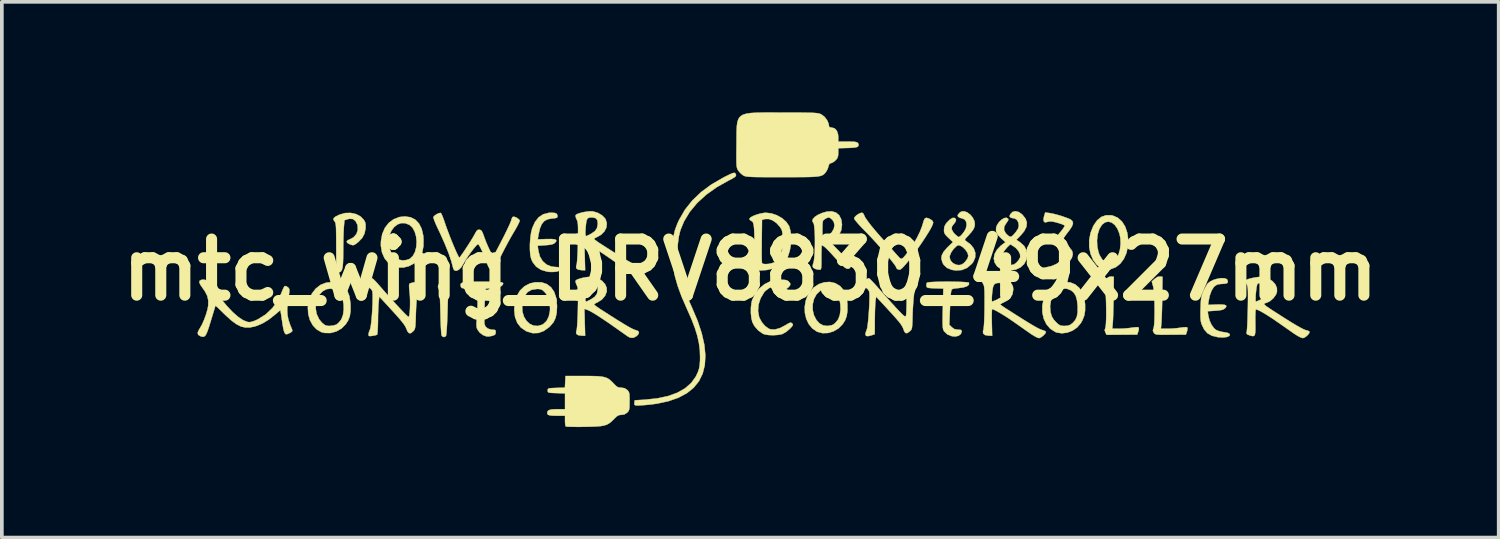
<source format=kicad_pcb>
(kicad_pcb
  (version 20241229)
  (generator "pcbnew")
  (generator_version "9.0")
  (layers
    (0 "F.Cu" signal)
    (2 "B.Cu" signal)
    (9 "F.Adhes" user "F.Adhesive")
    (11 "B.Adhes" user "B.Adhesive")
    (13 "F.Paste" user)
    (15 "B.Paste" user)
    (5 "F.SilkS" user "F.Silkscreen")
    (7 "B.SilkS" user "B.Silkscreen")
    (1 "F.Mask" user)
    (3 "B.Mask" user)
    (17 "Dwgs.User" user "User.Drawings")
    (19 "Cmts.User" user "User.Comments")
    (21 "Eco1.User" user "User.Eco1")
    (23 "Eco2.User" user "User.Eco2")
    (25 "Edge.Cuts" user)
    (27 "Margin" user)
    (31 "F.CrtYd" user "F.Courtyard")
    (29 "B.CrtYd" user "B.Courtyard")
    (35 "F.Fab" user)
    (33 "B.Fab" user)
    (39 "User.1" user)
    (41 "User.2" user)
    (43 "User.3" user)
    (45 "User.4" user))
  (footprint "mtc_wing_DRV8830_49x27mm"
    (layer "F.Cu")
    (at 17.316 4.273)
    (property "Reference" "mtc_wing_DRV8830_49x27mm" (at 0 0 0) (layer "F.SilkS") (effects (font (size 1.524 1.524) (thickness 0.3))))
    (attr through_hole)
    (fp_poly (pts (xy -8.228 0.28) (xy -8.195 0.305) (xy -8.182 0.343) (xy -8.186 0.41) (xy -8.188 0.428) (xy -8.193 0.487) (xy -8.198 0.588) (xy -8.205 0.722) (xy -8.211 0.88) (xy -8.216 1.053) (xy -8.219 1.156) (xy -8.225 1.329) (xy -8.232 1.485) (xy -8.24 1.617) (xy -8.248 1.718) (xy -8.257 1.781) (xy -8.261 1.797) (xy -8.31 1.827) (xy -8.358 1.811) (xy -8.378 1.784) (xy -8.385 1.747) (xy -8.392 1.667) (xy -8.399 1.551) (xy -8.405 1.408) (xy -8.41 1.246) (xy -8.412 1.151) (xy -8.417 0.945) (xy -8.423 0.785) (xy -8.429 0.666) (xy -8.438 0.586) (xy -8.449 0.538) (xy -8.456 0.523) (xy -8.479 0.461) (xy -8.458 0.392) (xy -8.399 0.326) (xy -8.37 0.305) (xy -8.306 0.272) (xy -8.26 0.268) (xy -8.228 0.28)) (stroke (width 0.01) (type solid)) (fill yes) (layer "F.SilkS"))
    (fp_poly (pts (xy 9.868 0.191) (xy 9.861 0.749) (xy 9.858 0.923) (xy 9.854 1.089) (xy 9.85 1.237) (xy 9.845 1.357) (xy 9.84 1.439) (xy 9.839 1.454) (xy 9.825 1.6) (xy 10.009 1.6) (xy 10.133 1.596) (xy 10.266 1.584) (xy 10.357 1.572) (xy 10.446 1.56) (xy 10.512 1.558) (xy 10.541 1.565) (xy 10.547 1.602) (xy 10.536 1.663) (xy 10.532 1.673) (xy 10.503 1.759) (xy 10.088 1.762) (xy 9.672 1.765) (xy 9.639 1.701) (xy 9.619 1.64) (xy 9.635 1.587) (xy 9.635 1.587) (xy 9.647 1.54) (xy 9.655 1.453) (xy 9.66 1.334) (xy 9.662 1.194) (xy 9.661 1.041) (xy 9.658 0.886) (xy 9.652 0.737) (xy 9.643 0.606) (xy 9.631 0.501) (xy 9.619 0.437) (xy 9.583 0.303) (xy 9.659 0.239) (xy 9.741 0.191) (xy 9.802 0.183) (xy 9.868 0.191)) (stroke (width 0.01) (type solid)) (fill yes) (layer "F.SilkS"))
    (fp_poly (pts (xy 11.189 0.191) (xy 11.182 0.737) (xy 11.179 0.91) (xy 11.175 1.076) (xy 11.17 1.225) (xy 11.165 1.346) (xy 11.161 1.43) (xy 11.16 1.441) (xy 11.145 1.6) (xy 11.33 1.6) (xy 11.454 1.596) (xy 11.586 1.584) (xy 11.678 1.572) (xy 11.767 1.56) (xy 11.833 1.558) (xy 11.862 1.565) (xy 11.868 1.602) (xy 11.856 1.663) (xy 11.853 1.673) (xy 11.824 1.759) (xy 11.407 1.762) (xy 11.253 1.763) (xy 11.142 1.763) (xy 11.065 1.76) (xy 11.016 1.753) (xy 10.986 1.742) (xy 10.966 1.726) (xy 10.952 1.706) (xy 10.927 1.651) (xy 10.939 1.605) (xy 10.943 1.598) (xy 10.955 1.552) (xy 10.965 1.465) (xy 10.971 1.346) (xy 10.974 1.206) (xy 10.974 1.053) (xy 10.972 0.898) (xy 10.966 0.751) (xy 10.958 0.62) (xy 10.947 0.516) (xy 10.936 0.456) (xy 10.898 0.318) (xy 10.976 0.246) (xy 11.056 0.192) (xy 11.121 0.183) (xy 11.189 0.191)) (stroke (width 0.01) (type solid)) (fill yes) (layer "F.SilkS"))
    (fp_poly (pts (xy -9.223 -1.426) (xy -9.094 -1.361) (xy -8.993 -1.256) (xy -8.92 -1.111) (xy -8.878 -0.93) (xy -8.87 -0.835) (xy -8.872 -0.644) (xy -8.902 -0.486) (xy -8.962 -0.352) (xy -9.02 -0.272) (xy -9.133 -0.169) (xy -9.27 -0.097) (xy -9.419 -0.06) (xy -9.567 -0.061) (xy -9.69 -0.097) (xy -9.826 -0.187) (xy -9.929 -0.314) (xy -9.997 -0.47) (xy -10.028 -0.652) (xy -10.026 -0.774) (xy -10.018 -0.817) (xy -9.817 -0.817) (xy -9.814 -0.678) (xy -9.777 -0.536) (xy -9.752 -0.479) (xy -9.669 -0.359) (xy -9.566 -0.283) (xy -9.445 -0.254) (xy -9.432 -0.254) (xy -9.342 -0.264) (xy -9.26 -0.289) (xy -9.243 -0.298) (xy -9.16 -0.374) (xy -9.101 -0.484) (xy -9.067 -0.617) (xy -9.057 -0.76) (xy -9.071 -0.903) (xy -9.109 -1.035) (xy -9.17 -1.145) (xy -9.25 -1.218) (xy -9.366 -1.265) (xy -9.476 -1.267) (xy -9.578 -1.23) (xy -9.668 -1.16) (xy -9.74 -1.064) (xy -9.791 -0.948) (xy -9.817 -0.817) (xy -10.018 -0.817) (xy -9.991 -0.969) (xy -9.919 -1.137) (xy -9.814 -1.273) (xy -9.681 -1.372) (xy -9.524 -1.432) (xy -9.378 -1.448) (xy -9.223 -1.426)) (stroke (width 0.01) (type solid)) (fill yes) (layer "F.SilkS"))
    (fp_poly (pts (xy 9.803 -1.479) (xy 9.84 -1.471) (xy 9.976 -1.412) (xy 10.089 -1.31) (xy 10.176 -1.172) (xy 10.233 -1.002) (xy 10.256 -0.836) (xy 10.25 -0.637) (xy 10.21 -0.454) (xy 10.14 -0.296) (xy 10.043 -0.166) (xy 9.923 -0.071) (xy 9.784 -0.017) (xy 9.716 -0.007) (xy 9.631 -0.008) (xy 9.56 -0.019) (xy 9.538 -0.028) (xy 9.406 -0.133) (xy 9.304 -0.271) (xy 9.235 -0.435) (xy 9.2 -0.617) (xy 9.2 -0.803) (xy 9.411 -0.803) (xy 9.418 -0.634) (xy 9.453 -0.473) (xy 9.482 -0.398) (xy 9.553 -0.28) (xy 9.635 -0.211) (xy 9.729 -0.192) (xy 9.834 -0.222) (xy 9.874 -0.244) (xy 9.944 -0.316) (xy 9.999 -0.424) (xy 10.036 -0.559) (xy 10.052 -0.707) (xy 10.046 -0.858) (xy 10.022 -0.975) (xy 9.967 -1.113) (xy 9.895 -1.216) (xy 9.811 -1.282) (xy 9.721 -1.307) (xy 9.632 -1.289) (xy 9.548 -1.225) (xy 9.477 -1.112) (xy 9.431 -0.967) (xy 9.411 -0.803) (xy 9.2 -0.803) (xy 9.2 -0.809) (xy 9.236 -1.003) (xy 9.311 -1.191) (xy 9.317 -1.202) (xy 9.414 -1.341) (xy 9.528 -1.435) (xy 9.659 -1.481) (xy 9.803 -1.479)) (stroke (width 0.01) (type solid)) (fill yes) (layer "F.SilkS"))
    (fp_poly (pts (xy -5.665 0.341) (xy -5.523 0.388) (xy -5.409 0.475) (xy -5.323 0.601) (xy -5.269 0.765) (xy -5.247 0.964) (xy -5.246 0.991) (xy -5.255 1.167) (xy -5.286 1.308) (xy -5.343 1.425) (xy -5.432 1.53) (xy -5.46 1.557) (xy -5.607 1.662) (xy -5.756 1.716) (xy -5.908 1.72) (xy -6.065 1.674) (xy -6.088 1.663) (xy -6.226 1.568) (xy -6.325 1.441) (xy -6.386 1.281) (xy -6.408 1.092) (xy -6.399 0.982) (xy -6.193 0.982) (xy -6.185 1.138) (xy -6.144 1.274) (xy -6.076 1.386) (xy -5.987 1.468) (xy -5.881 1.516) (xy -5.766 1.525) (xy -5.647 1.489) (xy -5.618 1.473) (xy -5.531 1.391) (xy -5.47 1.271) (xy -5.439 1.123) (xy -5.436 1.054) (xy -5.447 0.888) (xy -5.483 0.756) (xy -5.547 0.646) (xy -5.575 0.614) (xy -5.631 0.558) (xy -5.681 0.531) (xy -5.748 0.521) (xy -5.796 0.521) (xy -5.934 0.542) (xy -6.044 0.604) (xy -6.124 0.708) (xy -6.175 0.852) (xy -6.193 0.982) (xy -6.399 0.982) (xy -6.392 0.888) (xy -6.338 0.71) (xy -6.249 0.561) (xy -6.129 0.447) (xy -5.981 0.37) (xy -5.833 0.338) (xy -5.665 0.341)) (stroke (width 0.01) (type solid)) (fill yes) (layer "F.SilkS"))
    (fp_poly (pts (xy -5.303 -1.542) (xy -5.25 -1.515) (xy -5.233 -1.467) (xy -5.232 -1.461) (xy -5.237 -1.428) (xy -5.26 -1.409) (xy -5.311 -1.399) (xy -5.384 -1.392) (xy -5.501 -1.371) (xy -5.592 -1.323) (xy -5.66 -1.242) (xy -5.71 -1.123) (xy -5.747 -0.96) (xy -5.753 -0.927) (xy -5.768 -0.826) (xy -5.535 -0.834) (xy -5.401 -0.835) (xy -5.313 -0.827) (xy -5.27 -0.808) (xy -5.267 -0.777) (xy -5.3 -0.734) (xy -5.339 -0.705) (xy -5.397 -0.686) (xy -5.486 -0.673) (xy -5.562 -0.667) (xy -5.771 -0.653) (xy -5.754 -0.523) (xy -5.712 -0.362) (xy -5.635 -0.233) (xy -5.528 -0.14) (xy -5.395 -0.087) (xy -5.291 -0.076) (xy -5.221 -0.072) (xy -5.189 -0.057) (xy -5.182 -0.027) (xy -5.19 0.019) (xy -5.201 0.033) (xy -5.26 0.051) (xy -5.35 0.059) (xy -5.45 0.058) (xy -5.514 0.05) (xy -5.68 0.001) (xy -5.812 -0.085) (xy -5.908 -0.208) (xy -5.948 -0.298) (xy -5.971 -0.402) (xy -5.982 -0.539) (xy -5.982 -0.696) (xy -5.971 -0.857) (xy -5.95 -1.006) (xy -5.92 -1.128) (xy -5.844 -1.298) (xy -5.745 -1.424) (xy -5.622 -1.506) (xy -5.474 -1.545) (xy -5.396 -1.549) (xy -5.303 -1.542)) (stroke (width 0.01) (type solid)) (fill yes) (layer "F.SilkS"))
    (fp_poly (pts (xy 2.303 0.362) (xy 2.427 0.435) (xy 2.447 0.452) (xy 2.535 0.555) (xy 2.593 0.674) (xy 2.626 0.822) (xy 2.636 0.94) (xy 2.637 1.114) (xy 2.617 1.254) (xy 2.574 1.371) (xy 2.506 1.478) (xy 2.393 1.592) (xy 2.256 1.672) (xy 2.107 1.716) (xy 1.957 1.72) (xy 1.817 1.682) (xy 1.814 1.681) (xy 1.686 1.594) (xy 1.587 1.474) (xy 1.519 1.33) (xy 1.482 1.17) (xy 1.48 1.084) (xy 1.693 1.084) (xy 1.726 1.23) (xy 1.794 1.363) (xy 1.88 1.457) (xy 1.977 1.509) (xy 2.093 1.525) (xy 2.208 1.506) (xy 2.261 1.482) (xy 2.318 1.433) (xy 2.375 1.361) (xy 2.39 1.337) (xy 2.431 1.223) (xy 2.45 1.081) (xy 2.444 0.931) (xy 2.416 0.79) (xy 2.394 0.731) (xy 2.321 0.618) (xy 2.224 0.543) (xy 2.114 0.51) (xy 1.997 0.521) (xy 1.902 0.566) (xy 1.799 0.664) (xy 1.73 0.79) (xy 1.694 0.933) (xy 1.693 1.084) (xy 1.48 1.084) (xy 1.478 1.003) (xy 1.505 0.837) (xy 1.566 0.68) (xy 1.661 0.541) (xy 1.726 0.477) (xy 1.863 0.388) (xy 2.011 0.339) (xy 2.161 0.33) (xy 2.303 0.362)) (stroke (width 0.01) (type solid)) (fill yes) (layer "F.SilkS"))
    (fp_poly (pts (xy 5.573 0.325) (xy 5.705 0.328) (xy 5.815 0.334) (xy 5.895 0.341) (xy 5.935 0.35) (xy 5.938 0.353) (xy 5.933 0.406) (xy 5.88 0.448) (xy 5.781 0.479) (xy 5.665 0.495) (xy 5.566 0.505) (xy 5.506 0.515) (xy 5.474 0.531) (xy 5.458 0.558) (xy 5.451 0.592) (xy 5.444 0.644) (xy 5.437 0.736) (xy 5.429 0.857) (xy 5.422 0.997) (xy 5.419 1.082) (xy 5.402 1.493) (xy 5.469 1.559) (xy 5.538 1.609) (xy 5.625 1.625) (xy 5.638 1.626) (xy 5.706 1.63) (xy 5.736 1.648) (xy 5.74 1.67) (xy 5.717 1.74) (xy 5.656 1.789) (xy 5.568 1.811) (xy 5.474 1.803) (xy 5.35 1.755) (xy 5.263 1.673) (xy 5.251 1.653) (xy 5.238 1.624) (xy 5.228 1.582) (xy 5.223 1.52) (xy 5.22 1.432) (xy 5.22 1.311) (xy 5.223 1.15) (xy 5.226 1.049) (xy 5.24 0.51) (xy 5.014 0.503) (xy 4.906 0.498) (xy 4.839 0.492) (xy 4.802 0.481) (xy 4.786 0.462) (xy 4.779 0.435) (xy 4.782 0.379) (xy 4.795 0.351) (xy 4.829 0.341) (xy 4.903 0.334) (xy 5.009 0.328) (xy 5.138 0.325) (xy 5.281 0.323) (xy 5.429 0.323) (xy 5.573 0.325)) (stroke (width 0.01) (type solid)) (fill yes) (layer "F.SilkS"))
    (fp_poly (pts (xy -11.304 0.336) (xy -11.152 0.372) (xy -11.03 0.448) (xy -10.94 0.565) (xy -10.88 0.722) (xy -10.852 0.919) (xy -10.851 0.939) (xy -10.85 1.114) (xy -10.87 1.253) (xy -10.913 1.371) (xy -10.981 1.478) (xy -11.097 1.594) (xy -11.238 1.674) (xy -11.393 1.716) (xy -11.549 1.715) (xy -11.646 1.691) (xy -11.771 1.619) (xy -11.875 1.508) (xy -11.953 1.367) (xy -11.999 1.205) (xy -12.009 1.037) (xy -11.799 1.037) (xy -11.772 1.197) (xy -11.703 1.343) (xy -11.634 1.428) (xy -11.569 1.486) (xy -11.514 1.515) (xy -11.445 1.524) (xy -11.418 1.524) (xy -11.328 1.515) (xy -11.247 1.492) (xy -11.227 1.482) (xy -11.17 1.433) (xy -11.112 1.362) (xy -11.096 1.336) (xy -11.055 1.224) (xy -11.036 1.085) (xy -11.039 0.937) (xy -11.064 0.799) (xy -11.096 0.717) (xy -11.177 0.606) (xy -11.277 0.537) (xy -11.389 0.511) (xy -11.502 0.526) (xy -11.609 0.584) (xy -11.702 0.684) (xy -11.726 0.722) (xy -11.784 0.875) (xy -11.799 1.037) (xy -12.009 1.037) (xy -12.01 1.03) (xy -12.008 1.005) (xy -11.972 0.812) (xy -11.9 0.646) (xy -11.796 0.511) (xy -11.666 0.41) (xy -11.513 0.35) (xy -11.342 0.333) (xy -11.304 0.336)) (stroke (width 0.01) (type solid)) (fill yes) (layer "F.SilkS"))
    (fp_poly (pts (xy 8.686 0.343) (xy 8.821 0.398) (xy 8.932 0.493) (xy 9.017 0.627) (xy 9.07 0.796) (xy 9.088 0.937) (xy 9.088 1.106) (xy 9.065 1.246) (xy 9.013 1.375) (xy 8.969 1.452) (xy 8.871 1.566) (xy 8.745 1.652) (xy 8.603 1.706) (xy 8.457 1.724) (xy 8.319 1.703) (xy 8.28 1.688) (xy 8.143 1.6) (xy 8.037 1.477) (xy 7.964 1.325) (xy 7.927 1.152) (xy 7.928 0.99) (xy 8.137 0.99) (xy 8.149 1.143) (xy 8.153 1.162) (xy 8.185 1.268) (xy 8.236 1.353) (xy 8.293 1.416) (xy 8.358 1.477) (xy 8.411 1.51) (xy 8.469 1.522) (xy 8.53 1.524) (xy 8.62 1.518) (xy 8.685 1.494) (xy 8.748 1.447) (xy 8.818 1.369) (xy 8.863 1.278) (xy 8.884 1.163) (xy 8.886 1.012) (xy 8.885 0.981) (xy 8.867 0.822) (xy 8.833 0.703) (xy 8.777 0.617) (xy 8.705 0.558) (xy 8.589 0.512) (xy 8.477 0.512) (xy 8.372 0.551) (xy 8.281 0.624) (xy 8.208 0.725) (xy 8.158 0.849) (xy 8.137 0.99) (xy 7.928 0.99) (xy 7.928 0.965) (xy 7.963 0.794) (xy 8.025 0.657) (xy 8.121 0.531) (xy 8.238 0.429) (xy 8.36 0.367) (xy 8.531 0.332) (xy 8.686 0.343)) (stroke (width 0.01) (type solid)) (fill yes) (layer "F.SilkS"))
    (fp_poly (pts (xy -10.705 -1.513) (xy -10.583 -1.45) (xy -10.493 -1.359) (xy -10.458 -1.298) (xy -10.443 -1.236) (xy -10.442 -1.152) (xy -10.444 -1.12) (xy -10.471 -0.984) (xy -10.533 -0.866) (xy -10.637 -0.757) (xy -10.682 -0.721) (xy -10.74 -0.68) (xy -10.784 -0.667) (xy -10.835 -0.679) (xy -10.865 -0.69) (xy -10.935 -0.727) (xy -10.957 -0.765) (xy -10.929 -0.801) (xy -10.884 -0.82) (xy -10.77 -0.88) (xy -10.691 -0.97) (xy -10.653 -1.081) (xy -10.66 -1.204) (xy -10.668 -1.231) (xy -10.718 -1.328) (xy -10.791 -1.379) (xy -10.884 -1.384) (xy -10.919 -1.375) (xy -11.016 -1.346) (xy -11.033 -1.152) (xy -11.038 -1.06) (xy -11.043 -0.93) (xy -11.047 -0.777) (xy -11.049 -0.613) (xy -11.049 -0.511) (xy -11.051 -0.324) (xy -11.056 -0.182) (xy -11.066 -0.078) (xy -11.082 -0.008) (xy -11.105 0.037) (xy -11.138 0.061) (xy -11.177 0.071) (xy -11.239 0.078) (xy -11.239 -0.593) (xy -11.24 -0.796) (xy -11.241 -0.955) (xy -11.243 -1.075) (xy -11.246 -1.163) (xy -11.252 -1.225) (xy -11.26 -1.266) (xy -11.27 -1.294) (xy -11.284 -1.314) (xy -11.287 -1.318) (xy -11.315 -1.362) (xy -11.308 -1.401) (xy -11.262 -1.441) (xy -11.172 -1.487) (xy -11.144 -1.499) (xy -10.998 -1.54) (xy -10.847 -1.544) (xy -10.705 -1.513)) (stroke (width 0.01) (type solid)) (fill yes) (layer "F.SilkS"))
    (fp_poly (pts (xy -7.07 0.324) (xy -6.925 0.327) (xy -6.821 0.332) (xy -6.753 0.341) (xy -6.717 0.355) (xy -6.707 0.375) (xy -6.718 0.401) (xy -6.743 0.431) (xy -6.786 0.459) (xy -6.86 0.48) (xy -6.974 0.494) (xy -6.984 0.495) (xy -7.183 0.513) (xy -7.197 0.669) (xy -7.203 0.755) (xy -7.209 0.873) (xy -7.213 1.011) (xy -7.217 1.153) (xy -7.219 1.286) (xy -7.219 1.396) (xy -7.217 1.466) (xy -7.189 1.54) (xy -7.124 1.596) (xy -7.034 1.624) (xy -7.006 1.626) (xy -6.942 1.63) (xy -6.915 1.648) (xy -6.909 1.688) (xy -6.918 1.742) (xy -6.935 1.766) (xy -7.009 1.794) (xy -7.1 1.81) (xy -7.162 1.808) (xy -7.257 1.772) (xy -7.346 1.703) (xy -7.405 1.623) (xy -7.422 1.584) (xy -7.431 1.536) (xy -7.433 1.469) (xy -7.428 1.373) (xy -7.417 1.238) (xy -7.407 1.091) (xy -7.403 0.939) (xy -7.403 0.8) (xy -7.407 0.718) (xy -7.424 0.508) (xy -7.633 0.508) (xy -7.737 0.507) (xy -7.8 0.502) (xy -7.835 0.491) (xy -7.851 0.47) (xy -7.858 0.451) (xy -7.865 0.412) (xy -7.859 0.381) (xy -7.835 0.359) (xy -7.788 0.343) (xy -7.711 0.333) (xy -7.6 0.327) (xy -7.449 0.324) (xy -7.261 0.324) (xy -7.07 0.324)) (stroke (width 0.01) (type solid)) (fill yes) (layer "F.SilkS"))
    (fp_poly (pts (xy 0.922 0.273) (xy 0.987 0.284) (xy 1.032 0.309) (xy 1.039 0.315) (xy 1.083 0.369) (xy 1.083 0.417) (xy 1.038 0.474) (xy 1.033 0.478) (xy 0.975 0.523) (xy 0.93 0.527) (xy 0.883 0.489) (xy 0.876 0.483) (xy 0.807 0.441) (xy 0.714 0.432) (xy 0.609 0.453) (xy 0.504 0.501) (xy 0.411 0.572) (xy 0.372 0.616) (xy 0.279 0.774) (xy 0.224 0.943) (xy 0.21 1.114) (xy 0.238 1.274) (xy 0.254 1.316) (xy 0.319 1.431) (xy 0.404 1.528) (xy 0.496 1.595) (xy 0.548 1.616) (xy 0.671 1.621) (xy 0.814 1.579) (xy 0.947 1.509) (xy 1.027 1.461) (xy 1.077 1.438) (xy 1.109 1.437) (xy 1.134 1.453) (xy 1.137 1.456) (xy 1.156 1.482) (xy 1.152 1.509) (xy 1.122 1.55) (xy 1.065 1.609) (xy 0.97 1.688) (xy 0.876 1.741) (xy 0.851 1.75) (xy 0.742 1.769) (xy 0.617 1.776) (xy 0.494 1.771) (xy 0.391 1.754) (xy 0.343 1.736) (xy 0.214 1.645) (xy 0.111 1.525) (xy 0.057 1.424) (xy 0.03 1.313) (xy 0.016 1.174) (xy 0.017 1.027) (xy 0.033 0.891) (xy 0.049 0.826) (xy 0.126 0.658) (xy 0.242 0.51) (xy 0.387 0.391) (xy 0.549 0.31) (xy 0.564 0.306) (xy 0.641 0.289) (xy 0.744 0.276) (xy 0.822 0.272) (xy 0.922 0.273)) (stroke (width 0.01) (type solid)) (fill yes) (layer "F.SilkS"))
    (fp_poly (pts (xy 12.87 0.23) (xy 12.932 0.253) (xy 12.95 0.273) (xy 12.965 0.331) (xy 12.938 0.366) (xy 12.866 0.38) (xy 12.839 0.381) (xy 12.753 0.387) (xy 12.678 0.401) (xy 12.664 0.406) (xy 12.586 0.461) (xy 12.521 0.563) (xy 12.47 0.705) (xy 12.438 0.864) (xy 12.426 0.953) (xy 12.655 0.944) (xy 12.788 0.943) (xy 12.875 0.951) (xy 12.917 0.971) (xy 12.919 1.002) (xy 12.887 1.044) (xy 12.847 1.073) (xy 12.789 1.092) (xy 12.7 1.105) (xy 12.625 1.111) (xy 12.416 1.125) (xy 12.432 1.242) (xy 12.465 1.374) (xy 12.52 1.494) (xy 12.589 1.589) (xy 12.643 1.633) (xy 12.716 1.663) (xy 12.811 1.687) (xy 12.863 1.694) (xy 12.956 1.712) (xy 13.009 1.739) (xy 13.018 1.773) (xy 12.997 1.798) (xy 12.928 1.826) (xy 12.824 1.837) (xy 12.697 1.829) (xy 12.686 1.828) (xy 12.53 1.79) (xy 12.41 1.723) (xy 12.319 1.619) (xy 12.254 1.486) (xy 12.235 1.425) (xy 12.224 1.355) (xy 12.219 1.264) (xy 12.219 1.14) (xy 12.222 1.049) (xy 12.227 0.908) (xy 12.235 0.804) (xy 12.247 0.726) (xy 12.266 0.659) (xy 12.293 0.592) (xy 12.302 0.572) (xy 12.346 0.485) (xy 12.388 0.411) (xy 12.415 0.372) (xy 12.484 0.317) (xy 12.576 0.273) (xy 12.68 0.243) (xy 12.782 0.227) (xy 12.87 0.23)) (stroke (width 0.01) (type solid)) (fill yes) (layer "F.SilkS"))
    (fp_poly (pts (xy 3.068 -1.527) (xy 3.089 -1.483) (xy 3.117 -1.423) (xy 3.179 -1.331) (xy 3.272 -1.209) (xy 3.393 -1.062) (xy 3.54 -0.893) (xy 3.667 -0.751) (xy 3.766 -0.642) (xy 3.859 -0.539) (xy 3.938 -0.45) (xy 3.995 -0.386) (xy 4.008 -0.372) (xy 4.05 -0.326) (xy 4.083 -0.302) (xy 4.117 -0.303) (xy 4.157 -0.332) (xy 4.21 -0.394) (xy 4.285 -0.492) (xy 4.312 -0.529) (xy 4.42 -0.688) (xy 4.52 -0.86) (xy 4.604 -1.03) (xy 4.664 -1.184) (xy 4.681 -1.24) (xy 4.71 -1.339) (xy 4.74 -1.394) (xy 4.779 -1.411) (xy 4.836 -1.396) (xy 4.868 -1.381) (xy 4.937 -1.338) (xy 4.963 -1.292) (xy 4.964 -1.278) (xy 4.948 -1.223) (xy 4.907 -1.137) (xy 4.844 -1.027) (xy 4.764 -0.9) (xy 4.673 -0.761) (xy 4.574 -0.617) (xy 4.471 -0.474) (xy 4.371 -0.339) (xy 4.276 -0.219) (xy 4.192 -0.119) (xy 4.123 -0.046) (xy 4.073 -0.007) (xy 4.057 -0.002) (xy 4.004 -0.013) (xy 3.994 -0.017) (xy 3.965 -0.049) (xy 3.962 -0.062) (xy 3.946 -0.097) (xy 3.9 -0.162) (xy 3.829 -0.253) (xy 3.739 -0.363) (xy 3.634 -0.486) (xy 3.52 -0.617) (xy 3.402 -0.749) (xy 3.285 -0.876) (xy 3.173 -0.993) (xy 3.119 -1.048) (xy 3.013 -1.157) (xy 2.925 -1.252) (xy 2.861 -1.329) (xy 2.825 -1.38) (xy 2.819 -1.396) (xy 2.84 -1.438) (xy 2.892 -1.486) (xy 2.958 -1.527) (xy 3.02 -1.549) (xy 3.031 -1.549) (xy 3.068 -1.527)) (stroke (width 0.01) (type solid)) (fill yes) (layer "F.SilkS"))
    (fp_poly (pts (xy 8.129 -1.539) (xy 8.223 -1.521) (xy 8.339 -1.491) (xy 8.461 -1.454) (xy 8.575 -1.415) (xy 8.666 -1.378) (xy 8.706 -1.357) (xy 8.75 -1.312) (xy 8.759 -1.255) (xy 8.732 -1.18) (xy 8.668 -1.081) (xy 8.624 -1.024) (xy 8.56 -0.941) (xy 8.512 -0.869) (xy 8.486 -0.819) (xy 8.484 -0.809) (xy 8.502 -0.77) (xy 8.548 -0.713) (xy 8.594 -0.669) (xy 8.661 -0.604) (xy 8.715 -0.542) (xy 8.736 -0.511) (xy 8.755 -0.425) (xy 8.729 -0.326) (xy 8.662 -0.222) (xy 8.6 -0.157) (xy 8.525 -0.097) (xy 8.429 -0.033) (xy 8.323 0.028) (xy 8.221 0.08) (xy 8.136 0.115) (xy 8.083 0.127) (xy 8.035 0.11) (xy 7.979 0.067) (xy 7.968 0.056) (xy 7.924 0.006) (xy 7.901 -0.027) (xy 7.899 -0.032) (xy 7.922 -0.044) (xy 7.98 -0.058) (xy 8.02 -0.065) (xy 8.175 -0.1) (xy 8.308 -0.157) (xy 8.413 -0.23) (xy 8.483 -0.313) (xy 8.509 -0.403) (xy 8.509 -0.407) (xy 8.5 -0.454) (xy 8.468 -0.505) (xy 8.405 -0.57) (xy 8.357 -0.614) (xy 8.285 -0.679) (xy 8.232 -0.731) (xy 8.206 -0.762) (xy 8.204 -0.766) (xy 8.22 -0.792) (xy 8.262 -0.844) (xy 8.321 -0.912) (xy 8.326 -0.919) (xy 8.421 -1.027) (xy 8.489 -1.115) (xy 8.528 -1.176) (xy 8.534 -1.197) (xy 8.512 -1.215) (xy 8.453 -1.24) (xy 8.372 -1.267) (xy 8.282 -1.292) (xy 8.201 -1.309) (xy 8.124 -1.313) (xy 8.062 -1.3) (xy 8.057 -1.298) (xy 8.001 -1.285) (xy 7.967 -1.314) (xy 7.959 -1.377) (xy 7.974 -1.452) (xy 8.005 -1.555) (xy 8.129 -1.539)) (stroke (width 0.01) (type solid)) (fill yes) (layer "F.SilkS"))
    (fp_poly (pts (xy -4.313 2.884) (xy -4.161 2.888) (xy -4.043 2.898) (xy -3.952 2.916) (xy -3.879 2.943) (xy -3.817 2.983) (xy -3.758 3.036) (xy -3.7 3.097) (xy -3.638 3.159) (xy -3.586 3.19) (xy -3.524 3.2) (xy -3.504 3.2) (xy -3.412 3.214) (xy -3.342 3.26) (xy -3.339 3.263) (xy -3.31 3.296) (xy -3.291 3.333) (xy -3.281 3.385) (xy -3.277 3.466) (xy -3.277 3.569) (xy -3.278 3.684) (xy -3.282 3.76) (xy -3.293 3.81) (xy -3.313 3.846) (xy -3.339 3.875) (xy -3.418 3.926) (xy -3.496 3.937) (xy -3.559 3.944) (xy -3.614 3.971) (xy -3.677 4.028) (xy -3.694 4.046) (xy -3.761 4.112) (xy -3.822 4.162) (xy -3.887 4.2) (xy -3.963 4.226) (xy -4.059 4.243) (xy -4.182 4.253) (xy -4.342 4.259) (xy -4.496 4.262) (xy -4.65 4.264) (xy -4.787 4.263) (xy -4.898 4.261) (xy -4.975 4.257) (xy -5.01 4.252) (xy -5.011 4.252) (xy -5.021 4.218) (xy -5.028 4.151) (xy -5.029 4.098) (xy -5.029 3.962) (xy -5.23 3.962) (xy -5.356 3.96) (xy -5.44 3.952) (xy -5.488 3.936) (xy -5.509 3.91) (xy -5.512 3.889) (xy -5.502 3.841) (xy -5.466 3.81) (xy -5.399 3.792) (xy -5.291 3.785) (xy -5.24 3.785) (xy -5.029 3.785) (xy -5.029 3.355) (xy -5.264 3.347) (xy -5.374 3.343) (xy -5.443 3.338) (xy -5.48 3.328) (xy -5.496 3.311) (xy -5.499 3.283) (xy -5.499 3.277) (xy -5.497 3.247) (xy -5.485 3.228) (xy -5.452 3.217) (xy -5.39 3.211) (xy -5.289 3.207) (xy -5.265 3.206) (xy -5.032 3.199) (xy -5.024 3.041) (xy -5.016 2.883) (xy -4.508 2.883) (xy -4.313 2.884)) (stroke (width 0.01) (type solid)) (fill yes) (layer "F.SilkS"))
    (fp_poly (pts (xy 0.572 -1.531) (xy 0.723 -1.48) (xy 0.862 -1.401) (xy 0.975 -1.302) (xy 1.051 -1.191) (xy 1.057 -1.179) (xy 1.094 -1.04) (xy 1.109 -0.874) (xy 1.102 -0.695) (xy 1.073 -0.522) (xy 1.024 -0.369) (xy 1.006 -0.33) (xy 0.916 -0.21) (xy 0.788 -0.111) (xy 0.63 -0.038) (xy 0.45 0.006) (xy 0.257 0.019) (xy 0.119 0.007) (xy 0.054 -0.018) (xy 0.032 -0.063) (xy 0.058 -0.121) (xy 0.064 -0.127) (xy 0.08 -0.15) (xy 0.091 -0.184) (xy 0.1 -0.236) (xy 0.105 -0.314) (xy 0.109 -0.425) (xy 0.109 -0.469) (xy 0.309 -0.469) (xy 0.31 -0.343) (xy 0.312 -0.248) (xy 0.316 -0.192) (xy 0.317 -0.182) (xy 0.35 -0.16) (xy 0.416 -0.154) (xy 0.499 -0.16) (xy 0.585 -0.178) (xy 0.658 -0.205) (xy 0.681 -0.219) (xy 0.732 -0.271) (xy 0.786 -0.348) (xy 0.813 -0.395) (xy 0.842 -0.459) (xy 0.861 -0.52) (xy 0.871 -0.593) (xy 0.876 -0.692) (xy 0.876 -0.791) (xy 0.876 -0.913) (xy 0.872 -0.997) (xy 0.862 -1.056) (xy 0.844 -1.103) (xy 0.814 -1.15) (xy 0.8 -1.171) (xy 0.711 -1.269) (xy 0.607 -1.341) (xy 0.5 -1.379) (xy 0.404 -1.378) (xy 0.318 -1.356) (xy 0.311 -0.786) (xy 0.309 -0.62) (xy 0.309 -0.469) (xy 0.109 -0.469) (xy 0.111 -0.576) (xy 0.111 -0.653) (xy 0.112 -0.857) (xy 0.109 -1.016) (xy 0.102 -1.136) (xy 0.092 -1.221) (xy 0.076 -1.278) (xy 0.054 -1.311) (xy 0.026 -1.328) (xy 0.023 -1.329) (xy -0.018 -1.358) (xy -0.021 -1.389) (xy 0.007 -1.422) (xy 0.073 -1.459) (xy 0.163 -1.494) (xy 0.264 -1.524) (xy 0.363 -1.543) (xy 0.421 -1.548) (xy 0.572 -1.531)) (stroke (width 0.01) (type solid)) (fill yes) (layer "F.SilkS"))
    (fp_poly (pts (xy -0.413 -2.625) (xy -0.406 -2.616) (xy -0.387 -2.578) (xy -0.392 -2.546) (xy -0.425 -2.513) (xy -0.493 -2.472) (xy -0.578 -2.429) (xy -0.906 -2.245) (xy -1.195 -2.04) (xy -1.441 -1.815) (xy -1.643 -1.572) (xy -1.8 -1.312) (xy -1.898 -1.074) (xy -1.939 -0.908) (xy -1.966 -0.709) (xy -1.979 -0.495) (xy -1.977 -0.283) (xy -1.958 -0.089) (xy -1.957 -0.081) (xy -1.913 0.127) (xy -1.843 0.366) (xy -1.753 0.624) (xy -1.644 0.89) (xy -1.587 1.016) (xy -1.431 1.384) (xy -1.318 1.725) (xy -1.247 2.039) (xy -1.22 2.326) (xy -1.235 2.586) (xy -1.293 2.818) (xy -1.393 3.023) (xy -1.536 3.2) (xy -1.722 3.35) (xy -1.951 3.472) (xy -2.222 3.567) (xy -2.535 3.634) (xy -2.702 3.656) (xy -2.821 3.668) (xy -2.934 3.677) (xy -3.023 3.682) (xy -3.049 3.683) (xy -3.115 3.68) (xy -3.143 3.666) (xy -3.147 3.631) (xy -3.145 3.613) (xy -3.137 3.543) (xy -2.857 3.526) (xy -2.522 3.49) (xy -2.229 3.427) (xy -1.978 3.336) (xy -1.769 3.217) (xy -1.602 3.07) (xy -1.476 2.894) (xy -1.42 2.773) (xy -1.39 2.682) (xy -1.373 2.585) (xy -1.364 2.465) (xy -1.363 2.375) (xy -1.369 2.181) (xy -1.394 1.99) (xy -1.438 1.792) (xy -1.504 1.579) (xy -1.594 1.344) (xy -1.712 1.077) (xy -1.73 1.037) (xy -1.867 0.722) (xy -1.972 0.435) (xy -2.047 0.167) (xy -2.094 -0.092) (xy -2.116 -0.352) (xy -2.118 -0.483) (xy -2.11 -0.71) (xy -2.086 -0.905) (xy -2.043 -1.082) (xy -1.978 -1.257) (xy -1.93 -1.359) (xy -1.772 -1.632) (xy -1.574 -1.881) (xy -1.335 -2.109) (xy -1.053 -2.317) (xy -0.724 -2.507) (xy -0.653 -2.543) (xy -0.548 -2.594) (xy -0.479 -2.623) (xy -0.437 -2.632) (xy -0.413 -2.625)) (stroke (width 0.01) (type solid)) (fill yes) (layer "F.SilkS"))
    (fp_poly (pts (xy 7.283 -1.569) (xy 7.374 -1.507) (xy 7.386 -1.496) (xy 7.471 -1.389) (xy 7.508 -1.279) (xy 7.495 -1.166) (xy 7.433 -1.045) (xy 7.344 -0.938) (xy 7.223 -0.813) (xy 7.321 -0.748) (xy 7.433 -0.649) (xy 7.499 -0.53) (xy 7.518 -0.411) (xy 7.496 -0.272) (xy 7.432 -0.155) (xy 7.334 -0.065) (xy 7.207 -0.006) (xy 7.058 0.02) (xy 6.892 0.007) (xy 6.861 -0.000075) (xy 6.786 -0.032) (xy 6.711 -0.085) (xy 6.7 -0.095) (xy 6.633 -0.195) (xy 6.61 -0.308) (xy 6.61 -0.309) (xy 6.835 -0.309) (xy 6.864 -0.226) (xy 6.929 -0.164) (xy 7.029 -0.131) (xy 7.078 -0.128) (xy 7.162 -0.147) (xy 7.234 -0.202) (xy 7.287 -0.267) (xy 7.322 -0.332) (xy 7.326 -0.344) (xy 7.322 -0.423) (xy 7.28 -0.51) (xy 7.207 -0.593) (xy 7.147 -0.637) (xy 7.058 -0.692) (xy 6.981 -0.619) (xy 6.892 -0.513) (xy 6.844 -0.407) (xy 6.835 -0.309) (xy 6.61 -0.309) (xy 6.631 -0.426) (xy 6.694 -0.543) (xy 6.797 -0.651) (xy 6.816 -0.666) (xy 6.926 -0.75) (xy 6.806 -0.857) (xy 6.715 -0.954) (xy 6.671 -1.047) (xy 6.672 -1.141) (xy 6.697 -1.211) (xy 6.749 -1.291) (xy 6.818 -1.358) (xy 6.889 -1.402) (xy 6.951 -1.412) (xy 6.958 -1.41) (xy 7 -1.387) (xy 7.004 -1.351) (xy 6.969 -1.293) (xy 6.947 -1.265) (xy 6.892 -1.171) (xy 6.888 -1.079) (xy 6.935 -0.991) (xy 6.962 -0.963) (xy 7.016 -0.915) (xy 7.055 -0.895) (xy 7.093 -0.904) (xy 7.14 -0.946) (xy 7.207 -1.023) (xy 7.271 -1.119) (xy 7.29 -1.202) (xy 7.274 -1.291) (xy 7.232 -1.36) (xy 7.173 -1.395) (xy 7.155 -1.397) (xy 7.092 -1.408) (xy 7.062 -1.421) (xy 7.039 -1.446) (xy 7.047 -1.483) (xy 7.059 -1.508) (xy 7.116 -1.569) (xy 7.194 -1.589) (xy 7.283 -1.569)) (stroke (width 0.01) (type solid)) (fill yes) (layer "F.SilkS"))
    (fp_poly (pts (xy -4.273 0.192) (xy -4.27 0.193) (xy -4.135 0.233) (xy -4.023 0.301) (xy -3.942 0.39) (xy -3.898 0.492) (xy -3.896 0.591) (xy -3.943 0.709) (xy -4.03 0.81) (xy -4.141 0.88) (xy -4.203 0.91) (xy -4.238 0.935) (xy -4.242 0.941) (xy -4.222 0.961) (xy -4.168 1.002) (xy -4.09 1.056) (xy -4.032 1.093) (xy -3.806 1.238) (xy -3.619 1.357) (xy -3.466 1.451) (xy -3.345 1.524) (xy -3.251 1.577) (xy -3.181 1.612) (xy -3.131 1.632) (xy -3.113 1.636) (xy -3.044 1.663) (xy -3.022 1.707) (xy -3.048 1.762) (xy -3.09 1.802) (xy -3.176 1.847) (xy -3.262 1.842) (xy -3.327 1.807) (xy -3.593 1.619) (xy -3.82 1.46) (xy -4.01 1.331) (xy -4.166 1.229) (xy -4.29 1.154) (xy -4.383 1.104) (xy -4.442 1.08) (xy -4.503 1.061) (xy -4.483 1.791) (xy -4.578 1.788) (xy -4.673 1.774) (xy -4.722 1.74) (xy -4.728 1.683) (xy -4.718 1.655) (xy -4.708 1.607) (xy -4.699 1.515) (xy -4.691 1.385) (xy -4.684 1.225) (xy -4.679 1.042) (xy -4.676 0.858) (xy -4.675 0.808) (xy -4.477 0.808) (xy -4.471 0.847) (xy -4.459 0.862) (xy -4.451 0.864) (xy -4.424 0.852) (xy -4.367 0.824) (xy -4.318 0.798) (xy -4.219 0.73) (xy -4.163 0.651) (xy -4.141 0.547) (xy -4.14 0.508) (xy -4.155 0.424) (xy -4.201 0.375) (xy -4.286 0.356) (xy -4.31 0.356) (xy -4.372 0.361) (xy -4.414 0.382) (xy -4.44 0.427) (xy -4.456 0.506) (xy -4.468 0.62) (xy -4.475 0.735) (xy -4.477 0.808) (xy -4.675 0.808) (xy -4.675 0.718) (xy -4.676 0.614) (xy -4.68 0.538) (xy -4.687 0.485) (xy -4.698 0.445) (xy -4.712 0.415) (xy -4.738 0.351) (xy -4.743 0.301) (xy -4.742 0.296) (xy -4.709 0.269) (xy -4.64 0.243) (xy -4.548 0.218) (xy -4.446 0.2) (xy -4.35 0.19) (xy -4.273 0.192)) (stroke (width 0.01) (type solid)) (fill yes) (layer "F.SilkS"))
    (fp_poly (pts (xy 3.243 0.247) (xy 3.294 0.297) (xy 3.364 0.371) (xy 3.447 0.463) (xy 3.469 0.489) (xy 3.578 0.612) (xy 3.705 0.755) (xy 3.835 0.9) (xy 3.948 1.024) (xy 4.048 1.131) (xy 4.121 1.205) (xy 4.17 1.249) (xy 4.201 1.266) (xy 4.219 1.262) (xy 4.223 1.257) (xy 4.231 1.218) (xy 4.237 1.138) (xy 4.241 1.027) (xy 4.243 0.896) (xy 4.243 0.755) (xy 4.24 0.613) (xy 4.235 0.48) (xy 4.235 0.471) (xy 4.234 0.406) (xy 4.252 0.372) (xy 4.302 0.353) (xy 4.326 0.347) (xy 4.392 0.335) (xy 4.435 0.341) (xy 4.459 0.371) (xy 4.466 0.432) (xy 4.46 0.531) (xy 4.447 0.641) (xy 4.433 0.771) (xy 4.42 0.932) (xy 4.41 1.101) (xy 4.404 1.257) (xy 4.401 1.398) (xy 4.396 1.498) (xy 4.389 1.565) (xy 4.378 1.609) (xy 4.362 1.638) (xy 4.338 1.663) (xy 4.33 1.67) (xy 4.263 1.717) (xy 4.215 1.718) (xy 4.18 1.673) (xy 4.164 1.632) (xy 4.146 1.582) (xy 4.121 1.532) (xy 4.086 1.477) (xy 4.035 1.41) (xy 3.963 1.326) (xy 3.867 1.218) (xy 3.741 1.081) (xy 3.715 1.052) (xy 3.416 0.729) (xy 3.399 0.841) (xy 3.393 0.905) (xy 3.388 1.009) (xy 3.383 1.139) (xy 3.381 1.283) (xy 3.38 1.35) (xy 3.378 1.748) (xy 3.298 1.776) (xy 3.204 1.801) (xy 3.147 1.796) (xy 3.125 1.762) (xy 3.124 1.751) (xy 3.136 1.691) (xy 3.161 1.628) (xy 3.174 1.579) (xy 3.188 1.49) (xy 3.201 1.37) (xy 3.213 1.232) (xy 3.223 1.084) (xy 3.231 0.938) (xy 3.235 0.803) (xy 3.236 0.691) (xy 3.232 0.612) (xy 3.228 0.588) (xy 3.186 0.521) (xy 3.117 0.474) (xy 3.058 0.437) (xy 3.025 0.402) (xy 3.023 0.393) (xy 3.042 0.358) (xy 3.088 0.311) (xy 3.145 0.265) (xy 3.197 0.234) (xy 3.218 0.229) (xy 3.243 0.247)) (stroke (width 0.01) (type solid)) (fill yes) (layer "F.SilkS"))
    (fp_poly (pts (xy -4.273 -1.586) (xy -4.27 -1.585) (xy -4.14 -1.546) (xy -4.025 -1.479) (xy -3.942 -1.394) (xy -3.927 -1.37) (xy -3.894 -1.26) (xy -3.906 -1.147) (xy -3.96 -1.041) (xy -4.05 -0.951) (xy -4.141 -0.898) (xy -4.203 -0.868) (xy -4.238 -0.843) (xy -4.242 -0.837) (xy -4.222 -0.817) (xy -4.168 -0.776) (xy -4.09 -0.722) (xy -4.032 -0.685) (xy -3.806 -0.54) (xy -3.619 -0.421) (xy -3.466 -0.327) (xy -3.345 -0.254) (xy -3.251 -0.201) (xy -3.181 -0.166) (xy -3.131 -0.146) (xy -3.113 -0.142) (xy -3.044 -0.115) (xy -3.022 -0.071) (xy -3.048 -0.016) (xy -3.09 0.024) (xy -3.176 0.069) (xy -3.262 0.064) (xy -3.327 0.029) (xy -3.591 -0.158) (xy -3.817 -0.316) (xy -4.006 -0.445) (xy -4.161 -0.546) (xy -4.284 -0.621) (xy -4.376 -0.672) (xy -4.44 -0.698) (xy -4.442 -0.699) (xy -4.503 -0.717) (xy -4.483 0.013) (xy -4.578 0.01) (xy -4.673 -0.004) (xy -4.722 -0.038) (xy -4.728 -0.095) (xy -4.718 -0.123) (xy -4.708 -0.171) (xy -4.699 -0.263) (xy -4.691 -0.393) (xy -4.684 -0.553) (xy -4.679 -0.736) (xy -4.676 -0.92) (xy -4.675 -0.97) (xy -4.477 -0.97) (xy -4.471 -0.931) (xy -4.459 -0.916) (xy -4.451 -0.914) (xy -4.424 -0.926) (xy -4.367 -0.954) (xy -4.318 -0.98) (xy -4.219 -1.048) (xy -4.163 -1.127) (xy -4.141 -1.231) (xy -4.14 -1.27) (xy -4.155 -1.354) (xy -4.201 -1.403) (xy -4.286 -1.422) (xy -4.31 -1.422) (xy -4.372 -1.417) (xy -4.414 -1.396) (xy -4.44 -1.351) (xy -4.456 -1.272) (xy -4.468 -1.158) (xy -4.475 -1.043) (xy -4.477 -0.97) (xy -4.675 -0.97) (xy -4.675 -1.06) (xy -4.676 -1.164) (xy -4.68 -1.24) (xy -4.687 -1.293) (xy -4.698 -1.333) (xy -4.712 -1.363) (xy -4.738 -1.427) (xy -4.743 -1.477) (xy -4.742 -1.482) (xy -4.709 -1.509) (xy -4.64 -1.535) (xy -4.548 -1.56) (xy -4.446 -1.578) (xy -4.35 -1.588) (xy -4.273 -1.586)) (stroke (width 0.01) (type solid)) (fill yes) (layer "F.SilkS"))
    (fp_poly (pts (xy 2.324 -1.554) (xy 2.412 -1.481) (xy 2.468 -1.371) (xy 2.489 -1.229) (xy 2.489 -1.224) (xy 2.47 -1.075) (xy 2.409 -0.952) (xy 2.304 -0.854) (xy 2.226 -0.807) (xy 2.153 -0.77) (xy 2.46 -0.453) (xy 2.57 -0.338) (xy 2.65 -0.253) (xy 2.702 -0.193) (xy 2.732 -0.152) (xy 2.743 -0.123) (xy 2.74 -0.1) (xy 2.728 -0.08) (xy 2.693 -0.041) (xy 2.655 -0.025) (xy 2.608 -0.035) (xy 2.548 -0.075) (xy 2.469 -0.147) (xy 2.367 -0.254) (xy 2.299 -0.329) (xy 2.185 -0.454) (xy 2.098 -0.545) (xy 2.034 -0.607) (xy 1.988 -0.643) (xy 1.954 -0.659) (xy 1.941 -0.66) (xy 1.937 -0.637) (xy 1.934 -0.571) (xy 1.931 -0.474) (xy 1.93 -0.355) (xy 1.93 -0.33) (xy 1.93 -0.196) (xy 1.928 -0.104) (xy 1.924 -0.046) (xy 1.914 -0.016) (xy 1.9 -0.003) (xy 1.878 -0.002) (xy 1.873 -0.002) (xy 1.801 -0.013) (xy 1.762 -0.025) (xy 1.71 -0.054) (xy 1.691 -0.092) (xy 1.702 -0.155) (xy 1.715 -0.192) (xy 1.729 -0.258) (xy 1.741 -0.359) (xy 1.749 -0.486) (xy 1.753 -0.627) (xy 1.755 -0.775) (xy 1.753 -0.92) (xy 1.748 -1.042) (xy 1.957 -1.042) (xy 1.96 -0.951) (xy 1.965 -0.88) (xy 1.974 -0.841) (xy 1.977 -0.838) (xy 2.009 -0.852) (xy 2.065 -0.887) (xy 2.103 -0.914) (xy 2.204 -1.007) (xy 2.265 -1.108) (xy 2.286 -1.209) (xy 2.265 -1.303) (xy 2.224 -1.36) (xy 2.174 -1.402) (xy 2.136 -1.422) (xy 2.133 -1.422) (xy 2.08 -1.408) (xy 2.019 -1.374) (xy 1.976 -1.337) (xy 1.975 -1.336) (xy 1.966 -1.299) (xy 1.96 -1.229) (xy 1.957 -1.139) (xy 1.957 -1.042) (xy 1.748 -1.042) (xy 1.748 -1.051) (xy 1.739 -1.16) (xy 1.727 -1.237) (xy 1.713 -1.271) (xy 1.684 -1.32) (xy 1.698 -1.377) (xy 1.751 -1.436) (xy 1.837 -1.492) (xy 1.951 -1.542) (xy 2.071 -1.577) (xy 2.209 -1.587) (xy 2.324 -1.554)) (stroke (width 0.01) (type solid)) (fill yes) (layer "F.SilkS"))
    (fp_poly (pts (xy 5.887 -1.559) (xy 5.968 -1.499) (xy 6.036 -1.419) (xy 6.082 -1.326) (xy 6.096 -1.244) (xy 6.088 -1.175) (xy 6.061 -1.107) (xy 6.007 -1.03) (xy 5.922 -0.933) (xy 5.908 -0.919) (xy 5.852 -0.858) (xy 5.827 -0.821) (xy 5.83 -0.799) (xy 5.85 -0.784) (xy 5.979 -0.689) (xy 6.066 -0.579) (xy 6.108 -0.46) (xy 6.105 -0.337) (xy 6.055 -0.217) (xy 6.012 -0.161) (xy 5.888 -0.054) (xy 5.745 0.006) (xy 5.584 0.019) (xy 5.468 0.001) (xy 5.34 -0.051) (xy 5.249 -0.136) (xy 5.216 -0.197) (xy 5.188 -0.297) (xy 5.192 -0.34) (xy 5.41 -0.34) (xy 5.433 -0.256) (xy 5.495 -0.185) (xy 5.581 -0.139) (xy 5.657 -0.127) (xy 5.727 -0.137) (xy 5.789 -0.175) (xy 5.833 -0.218) (xy 5.898 -0.307) (xy 5.918 -0.381) (xy 5.897 -0.458) (xy 5.843 -0.541) (xy 5.768 -0.614) (xy 5.717 -0.646) (xy 5.663 -0.668) (xy 5.621 -0.658) (xy 5.594 -0.639) (xy 5.514 -0.561) (xy 5.45 -0.467) (xy 5.414 -0.376) (xy 5.41 -0.34) (xy 5.192 -0.34) (xy 5.198 -0.392) (xy 5.247 -0.488) (xy 5.339 -0.595) (xy 5.356 -0.612) (xy 5.501 -0.753) (xy 5.379 -0.867) (xy 5.312 -0.933) (xy 5.275 -0.984) (xy 5.26 -1.036) (xy 5.258 -1.086) (xy 5.268 -1.171) (xy 5.306 -1.244) (xy 5.337 -1.283) (xy 5.421 -1.366) (xy 5.488 -1.407) (xy 5.544 -1.408) (xy 5.548 -1.407) (xy 5.583 -1.372) (xy 5.579 -1.319) (xy 5.536 -1.256) (xy 5.524 -1.245) (xy 5.472 -1.171) (xy 5.468 -1.095) (xy 5.514 -1.012) (xy 5.547 -0.975) (xy 5.603 -0.925) (xy 5.645 -0.894) (xy 5.657 -0.889) (xy 5.696 -0.909) (xy 5.747 -0.96) (xy 5.799 -1.028) (xy 5.841 -1.099) (xy 5.85 -1.118) (xy 5.872 -1.217) (xy 5.861 -1.303) (xy 5.818 -1.365) (xy 5.772 -1.387) (xy 5.682 -1.414) (xy 5.637 -1.443) (xy 5.631 -1.48) (xy 5.64 -1.501) (xy 5.685 -1.552) (xy 5.726 -1.579) (xy 5.803 -1.588) (xy 5.887 -1.559)) (stroke (width 0.01) (type solid)) (fill yes) (layer "F.SilkS"))
    (fp_poly (pts (xy -10.241 0.247) (xy -10.189 0.296) (xy -10.123 0.366) (xy -10.083 0.413) (xy -9.967 0.546) (xy -9.847 0.682) (xy -9.726 0.816) (xy -9.61 0.942) (xy -9.504 1.056) (xy -9.412 1.153) (xy -9.339 1.226) (xy -9.291 1.271) (xy -9.272 1.283) (xy -9.258 1.25) (xy -9.247 1.178) (xy -9.239 1.078) (xy -9.235 0.96) (xy -9.235 0.836) (xy -9.239 0.718) (xy -9.248 0.616) (xy -9.249 0.609) (xy -9.259 0.509) (xy -9.262 0.43) (xy -9.257 0.385) (xy -9.255 0.381) (xy -9.217 0.362) (xy -9.152 0.345) (xy -9.14 0.342) (xy -9.073 0.338) (xy -9.031 0.357) (xy -9.013 0.408) (xy -9.015 0.494) (xy -9.033 0.61) (xy -9.046 0.704) (xy -9.058 0.835) (xy -9.069 0.987) (xy -9.076 1.145) (xy -9.078 1.202) (xy -9.082 1.354) (xy -9.087 1.465) (xy -9.093 1.541) (xy -9.103 1.593) (xy -9.117 1.628) (xy -9.136 1.655) (xy -9.146 1.665) (xy -9.209 1.718) (xy -9.26 1.722) (xy -9.302 1.678) (xy -9.333 1.607) (xy -9.356 1.552) (xy -9.396 1.488) (xy -9.457 1.408) (xy -9.542 1.306) (xy -9.657 1.177) (xy -9.722 1.106) (xy -10.071 0.726) (xy -10.087 0.877) (xy -10.094 0.96) (xy -10.099 1.079) (xy -10.104 1.219) (xy -10.106 1.365) (xy -10.106 1.389) (xy -10.109 1.519) (xy -10.114 1.63) (xy -10.12 1.713) (xy -10.128 1.758) (xy -10.131 1.763) (xy -10.168 1.775) (xy -10.234 1.789) (xy -10.258 1.793) (xy -10.324 1.801) (xy -10.355 1.794) (xy -10.363 1.766) (xy -10.363 1.755) (xy -10.352 1.692) (xy -10.325 1.626) (xy -10.31 1.573) (xy -10.295 1.48) (xy -10.282 1.357) (xy -10.269 1.216) (xy -10.26 1.066) (xy -10.253 0.918) (xy -10.25 0.783) (xy -10.251 0.672) (xy -10.256 0.595) (xy -10.262 0.57) (xy -10.305 0.513) (xy -10.376 0.468) (xy -10.433 0.435) (xy -10.464 0.401) (xy -10.465 0.395) (xy -10.446 0.359) (xy -10.399 0.311) (xy -10.341 0.264) (xy -10.289 0.234) (xy -10.268 0.229) (xy -10.241 0.247)) (stroke (width 0.01) (type solid)) (fill yes) (layer "F.SilkS"))
    (fp_poly (pts (xy 0.604 -4.268) (xy 0.871 -4.267) (xy 1.118 -4.267) (xy 1.32 -4.267) (xy 1.481 -4.265) (xy 1.607 -4.263) (xy 1.704 -4.26) (xy 1.777 -4.255) (xy 1.83 -4.249) (xy 1.87 -4.241) (xy 1.901 -4.23) (xy 1.929 -4.217) (xy 1.931 -4.216) (xy 2.014 -4.153) (xy 2.083 -4.064) (xy 2.126 -3.967) (xy 2.134 -3.913) (xy 2.145 -3.874) (xy 2.19 -3.861) (xy 2.208 -3.861) (xy 2.29 -3.838) (xy 2.349 -3.774) (xy 2.382 -3.674) (xy 2.388 -3.603) (xy 2.388 -3.48) (xy 2.638 -3.48) (xy 2.762 -3.478) (xy 2.844 -3.472) (xy 2.894 -3.46) (xy 2.922 -3.441) (xy 2.923 -3.44) (xy 2.942 -3.391) (xy 2.93 -3.357) (xy 2.907 -3.337) (xy 2.864 -3.323) (xy 2.791 -3.314) (xy 2.679 -3.308) (xy 2.645 -3.307) (xy 2.388 -3.3) (xy 2.388 -3.172) (xy 2.382 -3.086) (xy 2.36 -3.026) (xy 2.314 -2.97) (xy 2.313 -2.97) (xy 2.255 -2.923) (xy 2.2 -2.897) (xy 2.189 -2.896) (xy 2.15 -2.88) (xy 2.126 -2.825) (xy 2.123 -2.809) (xy 2.095 -2.727) (xy 2.054 -2.656) (xy 2.026 -2.622) (xy 1.999 -2.593) (xy 1.966 -2.571) (xy 1.923 -2.553) (xy 1.866 -2.539) (xy 1.789 -2.529) (xy 1.687 -2.522) (xy 1.555 -2.518) (xy 1.389 -2.516) (xy 1.183 -2.515) (xy 0.932 -2.515) (xy 0.871 -2.515) (xy 0.621 -2.515) (xy 0.416 -2.515) (xy 0.252 -2.516) (xy 0.123 -2.518) (xy 0.025 -2.522) (xy -0.049 -2.526) (xy -0.102 -2.532) (xy -0.14 -2.54) (xy -0.168 -2.55) (xy -0.192 -2.562) (xy -0.197 -2.565) (xy -0.269 -2.624) (xy -0.329 -2.695) (xy -0.331 -2.699) (xy -0.347 -2.727) (xy -0.359 -2.759) (xy -0.368 -2.8) (xy -0.374 -2.859) (xy -0.377 -2.941) (xy -0.378 -3.053) (xy -0.377 -3.202) (xy -0.375 -3.395) (xy -0.375 -3.408) (xy -0.374 -3.605) (xy -0.372 -3.769) (xy -0.365 -3.903) (xy -0.35 -4.011) (xy -0.321 -4.096) (xy -0.275 -4.159) (xy -0.207 -4.205) (xy -0.113 -4.236) (xy 0.011 -4.255) (xy 0.169 -4.264) (xy 0.365 -4.268) (xy 0.604 -4.268)) (stroke (width 0.01) (type solid)) (fill yes) (layer "F.SilkS"))
    (fp_poly (pts (xy -8.403 -1.544) (xy -8.384 -1.517) (xy -8.355 -1.453) (xy -8.32 -1.36) (xy -8.291 -1.275) (xy -8.252 -1.161) (xy -8.203 -1.03) (xy -8.15 -0.89) (xy -8.094 -0.751) (xy -8.039 -0.619) (xy -7.989 -0.503) (xy -7.946 -0.411) (xy -7.915 -0.351) (xy -7.899 -0.33) (xy -7.878 -0.35) (xy -7.837 -0.405) (xy -7.781 -0.486) (xy -7.716 -0.583) (xy -7.647 -0.689) (xy -7.581 -0.794) (xy -7.523 -0.889) (xy -7.48 -0.966) (xy -7.469 -0.986) (xy -7.43 -1.053) (xy -7.395 -1.084) (xy -7.352 -1.088) (xy -7.35 -1.087) (xy -7.315 -1.077) (xy -7.287 -1.048) (xy -7.259 -0.99) (xy -7.224 -0.894) (xy -7.179 -0.772) (xy -7.122 -0.637) (xy -7.071 -0.528) (xy -6.98 -0.348) (xy -6.802 -0.688) (xy -6.691 -0.903) (xy -6.603 -1.081) (xy -6.537 -1.222) (xy -6.495 -1.322) (xy -6.477 -1.381) (xy -6.477 -1.387) (xy -6.456 -1.428) (xy -6.439 -1.439) (xy -6.391 -1.435) (xy -6.33 -1.407) (xy -6.278 -1.366) (xy -6.259 -1.338) (xy -6.267 -1.305) (xy -6.298 -1.239) (xy -6.346 -1.148) (xy -6.407 -1.042) (xy -6.416 -1.028) (xy -6.493 -0.896) (xy -6.576 -0.746) (xy -6.66 -0.589) (xy -6.74 -0.433) (xy -6.811 -0.291) (xy -6.866 -0.171) (xy -6.902 -0.085) (xy -6.903 -0.082) (xy -6.935 -0.022) (xy -6.98 -0.001) (xy -6.993 0) (xy -7.037 -0.005) (xy -7.071 -0.026) (xy -7.103 -0.072) (xy -7.138 -0.15) (xy -7.177 -0.255) (xy -7.226 -0.382) (xy -7.276 -0.5) (xy -7.324 -0.599) (xy -7.363 -0.668) (xy -7.387 -0.696) (xy -7.412 -0.683) (xy -7.457 -0.637) (xy -7.517 -0.564) (xy -7.584 -0.475) (xy -7.653 -0.379) (xy -7.717 -0.282) (xy -7.769 -0.195) (xy -7.79 -0.157) (xy -7.847 -0.066) (xy -7.91 -0.004) (xy -7.972 0.026) (xy -8.024 0.021) (xy -8.059 -0.024) (xy -8.065 -0.044) (xy -8.115 -0.234) (xy -8.193 -0.461) (xy -8.298 -0.72) (xy -8.428 -1.01) (xy -8.484 -1.126) (xy -8.534 -1.235) (xy -8.573 -1.33) (xy -8.597 -1.4) (xy -8.602 -1.434) (xy -8.57 -1.47) (xy -8.513 -1.509) (xy -8.451 -1.537) (xy -8.405 -1.544) (xy -8.403 -1.544)) (stroke (width 0.01) (type solid)) (fill yes) (layer "F.SilkS"))
    (fp_poly (pts (xy -14.777 0.283) (xy -14.723 0.326) (xy -14.658 0.399) (xy -14.575 0.51) (xy -14.559 0.533) (xy -14.379 0.775) (xy -14.208 0.981) (xy -14.047 1.151) (xy -13.898 1.281) (xy -13.764 1.37) (xy -13.647 1.416) (xy -13.594 1.422) (xy -13.533 1.411) (xy -13.448 1.382) (xy -13.368 1.346) (xy -13.153 1.211) (xy -12.971 1.038) (xy -12.824 0.833) (xy -12.728 0.629) (xy -12.693 0.541) (xy -12.66 0.474) (xy -12.636 0.441) (xy -12.634 0.439) (xy -12.596 0.447) (xy -12.552 0.475) (xy -12.528 0.498) (xy -12.514 0.524) (xy -12.51 0.563) (xy -12.516 0.627) (xy -12.53 0.727) (xy -12.536 0.762) (xy -12.56 0.945) (xy -12.57 1.094) (xy -12.563 1.225) (xy -12.538 1.351) (xy -12.492 1.49) (xy -12.434 1.631) (xy -12.433 1.666) (xy -12.468 1.698) (xy -12.509 1.72) (xy -12.57 1.746) (xy -12.604 1.75) (xy -12.627 1.731) (xy -12.636 1.719) (xy -12.655 1.674) (xy -12.676 1.593) (xy -12.694 1.493) (xy -12.698 1.466) (xy -12.714 1.357) (xy -12.729 1.257) (xy -12.74 1.185) (xy -12.742 1.176) (xy -12.756 1.095) (xy -12.912 1.227) (xy -13.077 1.356) (xy -13.228 1.449) (xy -13.379 1.515) (xy -13.447 1.537) (xy -13.582 1.566) (xy -13.707 1.567) (xy -13.827 1.538) (xy -13.952 1.474) (xy -14.087 1.375) (xy -14.24 1.236) (xy -14.273 1.204) (xy -14.362 1.117) (xy -14.436 1.045) (xy -14.49 0.995) (xy -14.515 0.973) (xy -14.517 0.972) (xy -14.525 0.997) (xy -14.545 1.063) (xy -14.575 1.161) (xy -14.612 1.283) (xy -14.644 1.389) (xy -14.694 1.55) (xy -14.734 1.667) (xy -14.768 1.747) (xy -14.8 1.795) (xy -14.834 1.816) (xy -14.875 1.817) (xy -14.925 1.802) (xy -14.932 1.8) (xy -14.988 1.763) (xy -15 1.708) (xy -14.968 1.632) (xy -14.949 1.602) (xy -14.886 1.493) (xy -14.824 1.354) (xy -14.77 1.204) (xy -14.73 1.062) (xy -14.713 0.963) (xy -14.713 0.826) (xy -14.742 0.704) (xy -14.806 0.58) (xy -14.861 0.502) (xy -14.926 0.408) (xy -14.955 0.343) (xy -14.949 0.301) (xy -14.907 0.276) (xy -14.88 0.27) (xy -14.827 0.266) (xy -14.777 0.283)) (stroke (width 0.01) (type solid)) (fill yes) (layer "F.SilkS"))
    (fp_poly (pts (xy 6.838 0.209) (xy 6.975 0.274) (xy 7.042 0.33) (xy 7.101 0.396) (xy 7.129 0.453) (xy 7.137 0.523) (xy 7.137 0.537) (xy 7.117 0.665) (xy 7.054 0.768) (xy 6.947 0.849) (xy 6.912 0.867) (xy 6.842 0.902) (xy 6.796 0.929) (xy 6.784 0.94) (xy 6.804 0.958) (xy 6.858 0.997) (xy 6.935 1.049) (xy 6.98 1.077) (xy 7.201 1.218) (xy 7.384 1.334) (xy 7.533 1.426) (xy 7.652 1.498) (xy 7.745 1.552) (xy 7.817 1.591) (xy 7.872 1.616) (xy 7.914 1.631) (xy 7.918 1.633) (xy 7.984 1.655) (xy 8.022 1.679) (xy 8.026 1.687) (xy 8.007 1.729) (xy 7.959 1.781) (xy 7.9 1.827) (xy 7.847 1.853) (xy 7.836 1.854) (xy 7.79 1.84) (xy 7.718 1.803) (xy 7.632 1.75) (xy 7.605 1.732) (xy 7.514 1.668) (xy 7.396 1.585) (xy 7.268 1.495) (xy 7.15 1.412) (xy 7.024 1.326) (xy 6.899 1.245) (xy 6.781 1.173) (xy 6.681 1.117) (xy 6.605 1.079) (xy 6.564 1.067) (xy 6.559 1.091) (xy 6.556 1.156) (xy 6.554 1.255) (xy 6.555 1.377) (xy 6.556 1.429) (xy 6.565 1.791) (xy 6.468 1.788) (xy 6.373 1.772) (xy 6.322 1.732) (xy 6.316 1.668) (xy 6.326 1.636) (xy 6.336 1.583) (xy 6.345 1.484) (xy 6.352 1.345) (xy 6.357 1.169) (xy 6.359 1.003) (xy 6.36 0.818) (xy 6.36 0.811) (xy 6.555 0.811) (xy 6.559 0.857) (xy 6.564 0.864) (xy 6.591 0.854) (xy 6.649 0.831) (xy 6.684 0.816) (xy 6.795 0.755) (xy 6.863 0.682) (xy 6.898 0.585) (xy 6.902 0.56) (xy 6.898 0.46) (xy 6.857 0.391) (xy 6.781 0.358) (xy 6.746 0.356) (xy 6.668 0.365) (xy 6.619 0.398) (xy 6.59 0.464) (xy 6.576 0.538) (xy 6.564 0.64) (xy 6.557 0.735) (xy 6.555 0.811) (xy 6.36 0.811) (xy 6.359 0.676) (xy 6.357 0.571) (xy 6.352 0.496) (xy 6.345 0.444) (xy 6.334 0.408) (xy 6.32 0.381) (xy 6.318 0.378) (xy 6.293 0.333) (xy 6.296 0.298) (xy 6.332 0.27) (xy 6.408 0.242) (xy 6.498 0.217) (xy 6.679 0.19) (xy 6.838 0.209)) (stroke (width 0.01) (type solid)) (fill yes) (layer "F.SilkS"))
    (fp_poly (pts (xy 13.915 0.193) (xy 14.055 0.236) (xy 14.169 0.304) (xy 14.25 0.392) (xy 14.294 0.492) (xy 14.297 0.597) (xy 14.272 0.668) (xy 14.203 0.767) (xy 14.112 0.848) (xy 14.029 0.89) (xy 13.993 0.901) (xy 13.966 0.911) (xy 13.951 0.921) (xy 13.951 0.937) (xy 13.971 0.96) (xy 14.013 0.994) (xy 14.083 1.042) (xy 14.182 1.107) (xy 14.316 1.193) (xy 14.487 1.302) (xy 14.559 1.348) (xy 14.695 1.433) (xy 14.822 1.509) (xy 14.933 1.571) (xy 15.018 1.615) (xy 15.07 1.636) (xy 15.072 1.636) (xy 15.136 1.654) (xy 15.176 1.676) (xy 15.178 1.679) (xy 15.174 1.715) (xy 15.139 1.763) (xy 15.087 1.811) (xy 15.032 1.845) (xy 14.996 1.854) (xy 14.948 1.84) (xy 14.874 1.803) (xy 14.789 1.751) (xy 14.778 1.744) (xy 14.693 1.685) (xy 14.582 1.607) (xy 14.458 1.52) (xy 14.338 1.437) (xy 14.181 1.328) (xy 14.038 1.236) (xy 13.915 1.161) (xy 13.818 1.109) (xy 13.752 1.08) (xy 13.721 1.079) (xy 13.715 1.11) (xy 13.711 1.181) (xy 13.708 1.284) (xy 13.709 1.407) (xy 13.709 1.438) (xy 13.711 1.587) (xy 13.708 1.691) (xy 13.698 1.757) (xy 13.677 1.792) (xy 13.642 1.801) (xy 13.592 1.791) (xy 13.55 1.778) (xy 13.49 1.754) (xy 13.469 1.727) (xy 13.475 1.683) (xy 13.476 1.68) (xy 13.482 1.636) (xy 13.488 1.549) (xy 13.494 1.428) (xy 13.499 1.281) (xy 13.504 1.117) (xy 13.506 1.041) (xy 13.509 0.853) (xy 13.509 0.817) (xy 13.715 0.817) (xy 13.721 0.859) (xy 13.726 0.864) (xy 13.756 0.853) (xy 13.817 0.826) (xy 13.868 0.8) (xy 13.958 0.748) (xy 14.012 0.694) (xy 14.044 0.62) (xy 14.059 0.554) (xy 14.065 0.482) (xy 14.043 0.431) (xy 14.023 0.409) (xy 13.955 0.37) (xy 13.869 0.355) (xy 13.789 0.369) (xy 13.772 0.377) (xy 13.757 0.408) (xy 13.743 0.473) (xy 13.731 0.56) (xy 13.721 0.655) (xy 13.715 0.745) (xy 13.715 0.817) (xy 13.509 0.817) (xy 13.51 0.709) (xy 13.509 0.601) (xy 13.506 0.523) (xy 13.499 0.466) (xy 13.489 0.426) (xy 13.476 0.393) (xy 13.472 0.387) (xy 13.447 0.323) (xy 13.45 0.284) (xy 13.451 0.282) (xy 13.499 0.258) (xy 13.582 0.233) (xy 13.682 0.212) (xy 13.784 0.197) (xy 13.872 0.19) (xy 13.915 0.193)) (stroke (width 0.01) (type solid)) (fill yes) (layer "F.SilkS")))
  (gr_rect
    (start -3 -3)
    (end 37.631 11.542)
    (stroke (width 0.1) (type default))
    (fill no)
    (layer "Edge.Cuts")))
</source>
